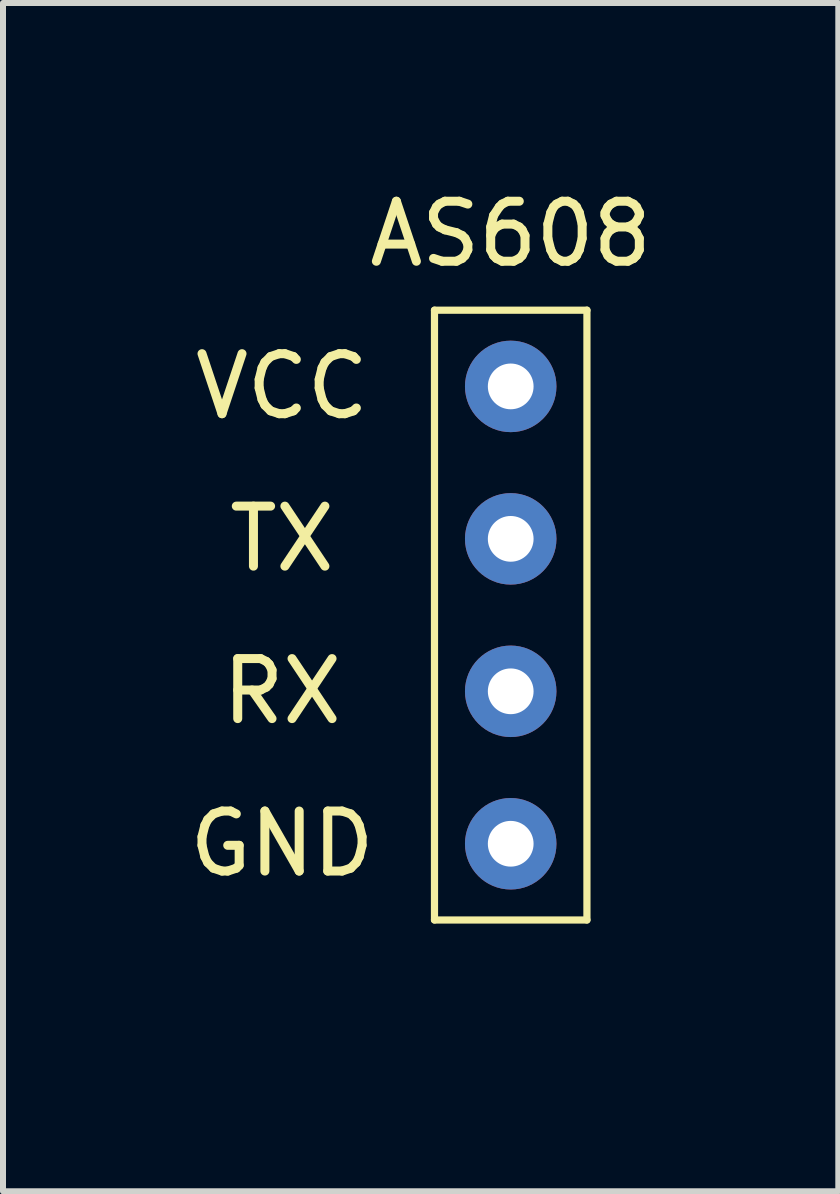
<source format=kicad_pcb>
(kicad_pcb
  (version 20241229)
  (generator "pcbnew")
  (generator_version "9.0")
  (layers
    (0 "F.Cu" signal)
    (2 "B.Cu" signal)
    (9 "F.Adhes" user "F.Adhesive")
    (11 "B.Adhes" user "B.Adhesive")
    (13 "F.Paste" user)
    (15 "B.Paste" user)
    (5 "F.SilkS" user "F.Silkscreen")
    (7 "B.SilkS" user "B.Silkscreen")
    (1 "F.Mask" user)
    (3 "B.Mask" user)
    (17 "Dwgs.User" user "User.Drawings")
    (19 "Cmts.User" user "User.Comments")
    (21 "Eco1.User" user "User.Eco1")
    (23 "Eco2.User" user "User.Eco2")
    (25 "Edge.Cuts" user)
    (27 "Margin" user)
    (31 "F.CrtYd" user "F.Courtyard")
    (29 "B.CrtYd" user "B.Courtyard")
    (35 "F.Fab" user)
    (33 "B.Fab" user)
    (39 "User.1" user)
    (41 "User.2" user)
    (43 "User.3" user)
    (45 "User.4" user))
  (footprint "AS608"
    (layer "F.Cu")
    (at 2.919 13.548)
    (property "Reference" "AS608" (at 2.54 -12.7 0) (layer "F.SilkS") (effects (font (size 1 1) (thickness 0.15))))
    (attr through_hole)
    (fp_line (start 1.27 -11.43) (end 3.81 -11.43) (stroke (width 0.12) (type solid)) (layer "F.SilkS"))
    (fp_line (start 1.27 -1.27) (end 1.27 -11.43) (stroke (width 0.12) (type solid)) (layer "F.SilkS"))
    (fp_line (start 3.81 -11.43) (end 3.81 -1.27) (stroke (width 0.12) (type solid)) (layer "F.SilkS"))
    (fp_line (start 3.81 -1.27) (end 1.27 -1.27) (stroke (width 0.12) (type solid)) (layer "F.SilkS"))
    (fp_text user "RX" (at -1.27 -5.08 0) (layer "F.SilkS") (effects (font (size 1 1) (thickness 0.15))))
    (fp_text user "VCC" (at -1.27 -10.16 0) (layer "F.SilkS") (effects (font (size 1 1) (thickness 0.15))))
    (fp_text user "TX" (at -1.27 -7.62 0) (layer "F.SilkS") (effects (font (size 1 1) (thickness 0.15))))
    (fp_text user "GND" (at -1.27 -2.54 0) (layer "F.SilkS") (effects (font (size 1 1) (thickness 0.15))))
    (pad "1" thru_hole circle (at 2.54 -10.16) (size 1.524 1.524) (drill 0.762) (layers "*.Cu" "*.Mask"))
    (pad "2" thru_hole circle (at 2.54 -7.62) (size 1.524 1.524) (drill 0.762) (layers "*.Cu" "*.Mask"))
    (pad "3" thru_hole circle (at 2.54 -5.08) (size 1.524 1.524) (drill 0.762) (layers "*.Cu" "*.Mask"))
    (pad "4" thru_hole circle (at 2.54 -2.54) (size 1.524 1.524) (drill 0.762) (layers "*.Cu" "*.Mask")))
  (gr_rect
    (start -3 -3)
    (end 10.917 16.798)
    (stroke (width 0.1) (type default))
    (fill no)
    (layer "Edge.Cuts")))
</source>
